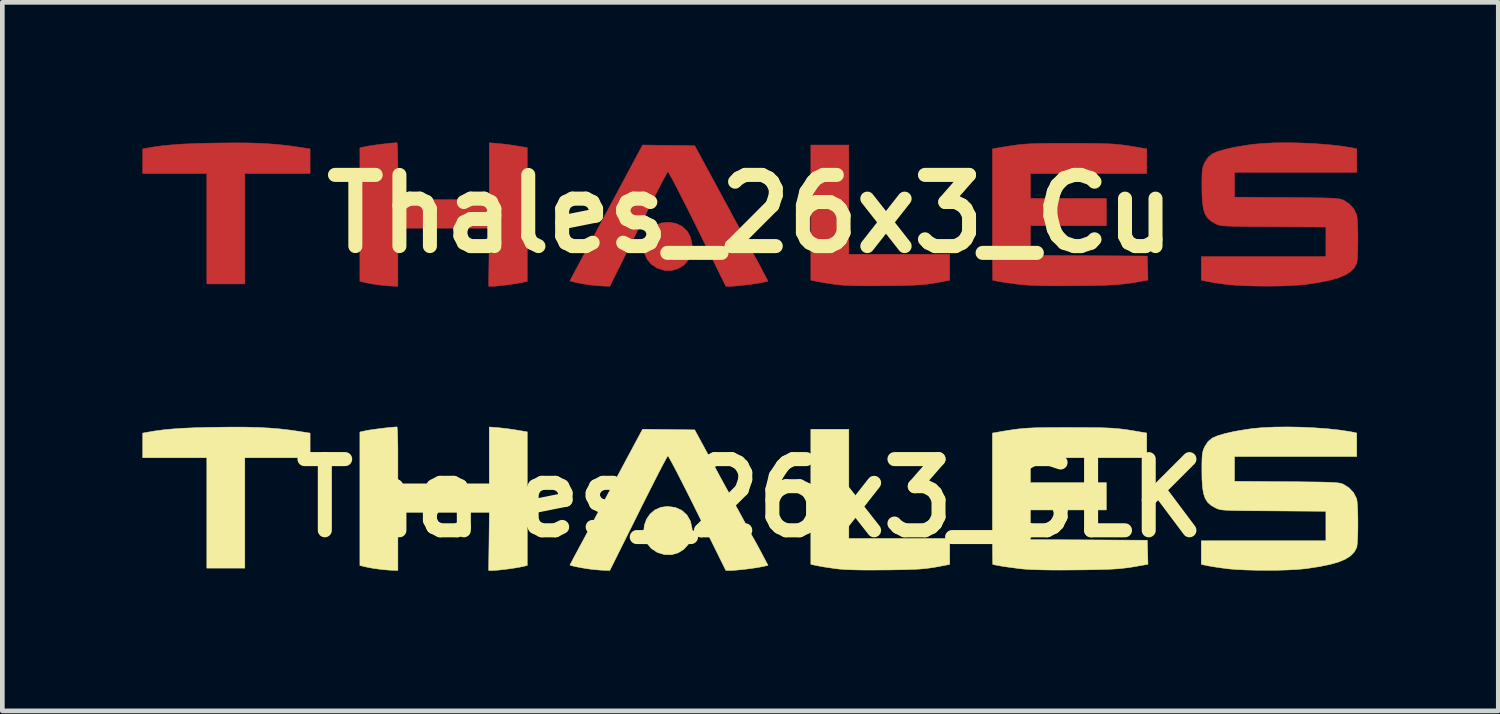
<source format=kicad_pcb>
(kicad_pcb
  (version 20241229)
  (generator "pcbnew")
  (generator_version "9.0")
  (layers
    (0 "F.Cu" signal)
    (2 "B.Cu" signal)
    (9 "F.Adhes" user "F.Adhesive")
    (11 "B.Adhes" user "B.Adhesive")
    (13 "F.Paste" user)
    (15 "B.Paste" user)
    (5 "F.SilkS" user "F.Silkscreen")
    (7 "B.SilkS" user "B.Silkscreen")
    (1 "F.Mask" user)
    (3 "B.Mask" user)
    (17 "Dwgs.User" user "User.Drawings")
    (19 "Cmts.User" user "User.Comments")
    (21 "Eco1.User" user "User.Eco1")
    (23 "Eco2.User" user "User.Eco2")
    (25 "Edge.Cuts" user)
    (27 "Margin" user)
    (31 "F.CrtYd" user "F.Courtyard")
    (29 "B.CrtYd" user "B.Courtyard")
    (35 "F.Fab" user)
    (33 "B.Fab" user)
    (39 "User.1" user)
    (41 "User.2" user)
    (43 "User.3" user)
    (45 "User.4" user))
  (footprint "Thales_26x3_Cu"
    (layer "F.Cu")
    (at 13.01 1.528)
    (property "Reference" "Thales_26x3_Cu" (at 0 0 0) (layer "F.SilkS") (effects (font (size 1.524 1.524) (thickness 0.3))))
    (attr through_hole)
    (fp_poly (pts (xy -10.808 -1.519) (xy -10.538 -1.512) (xy -10.293 -1.499) (xy -10.064 -1.48) (xy -9.841 -1.454) (xy -9.684 -1.431) (xy -9.423 -1.391) (xy -9.423 -0.864) (xy -10.82 -0.864) (xy -10.82 1.499) (xy -11.633 1.499) (xy -11.633 -0.864) (xy -13.005 -0.864) (xy -13.005 -1.391) (xy -12.914 -1.408) (xy -12.742 -1.437) (xy -12.561 -1.461) (xy -12.362 -1.48) (xy -12.139 -1.495) (xy -11.883 -1.506) (xy -11.587 -1.514) (xy -11.455 -1.516) (xy -11.11 -1.52) (xy -10.808 -1.519)) (stroke (width 0.01) (type solid)) (fill yes) (layer "F.Cu"))
    (fp_poly (pts (xy -1.606 0.2) (xy -1.466 0.263) (xy -1.356 0.363) (xy -1.281 0.495) (xy -1.247 0.653) (xy -1.245 0.704) (xy -1.268 0.86) (xy -1.331 0.993) (xy -1.427 1.099) (xy -1.548 1.173) (xy -1.687 1.212) (xy -1.837 1.21) (xy -1.991 1.163) (xy -1.996 1.16) (xy -2.123 1.075) (xy -2.212 0.967) (xy -2.265 0.843) (xy -2.283 0.711) (xy -2.268 0.578) (xy -2.222 0.452) (xy -2.147 0.342) (xy -2.044 0.254) (xy -1.915 0.197) (xy -1.773 0.178) (xy -1.606 0.2)) (stroke (width 0.01) (type solid)) (fill yes) (layer "F.Cu"))
    (fp_poly (pts (xy 2.108 0.864) (xy 4.267 0.864) (xy 4.267 1.419) (xy 4.134 1.445) (xy 4.007 1.47) (xy 3.892 1.489) (xy 3.78 1.504) (xy 3.661 1.516) (xy 3.529 1.524) (xy 3.374 1.53) (xy 3.187 1.534) (xy 2.961 1.538) (xy 2.883 1.538) (xy 2.606 1.54) (xy 2.374 1.539) (xy 2.183 1.535) (xy 2.027 1.529) (xy 1.9 1.519) (xy 1.835 1.511) (xy 1.706 1.493) (xy 1.58 1.474) (xy 1.474 1.455) (xy 1.435 1.448) (xy 1.295 1.419) (xy 1.295 -1.473) (xy 2.108 -1.473) (xy 2.108 0.864)) (stroke (width 0.01) (type solid)) (fill yes) (layer "F.Cu"))
    (fp_poly (pts (xy -7.558 -1.499) (xy -7.553 -1.431) (xy -7.549 -1.327) (xy -7.546 -1.192) (xy -7.544 -1.034) (xy -7.544 -0.914) (xy -7.544 -0.305) (xy -5.588 -0.305) (xy -5.588 -1.522) (xy -5.417 -1.509) (xy -5.309 -1.498) (xy -5.176 -1.482) (xy -5.042 -1.462) (xy -5.01 -1.457) (xy -4.775 -1.418) (xy -4.775 1.443) (xy -4.896 1.47) (xy -4.99 1.488) (xy -5.112 1.507) (xy -5.245 1.525) (xy -5.373 1.539) (xy -5.478 1.548) (xy -5.524 1.549) (xy -5.601 1.549) (xy -5.593 0.927) (xy -5.586 0.305) (xy -7.544 0.305) (xy -7.544 1.549) (xy -7.652 1.546) (xy -7.735 1.541) (xy -7.843 1.532) (xy -7.934 1.522) (xy -8.047 1.507) (xy -8.16 1.488) (xy -8.233 1.472) (xy -8.357 1.443) (xy -8.357 -1.414) (xy -8.223 -1.444) (xy -8.151 -1.457) (xy -8.044 -1.472) (xy -7.918 -1.489) (xy -7.788 -1.504) (xy -7.67 -1.516) (xy -7.58 -1.523) (xy -7.563 -1.523) (xy -7.558 -1.499)) (stroke (width 0.01) (type solid)) (fill yes) (layer "F.Cu"))
    (fp_poly (pts (xy 7.086 -1.51) (xy 7.297 -1.509) (xy 7.473 -1.507) (xy 7.621 -1.502) (xy 7.749 -1.496) (xy 7.865 -1.486) (xy 7.978 -1.474) (xy 8.094 -1.458) (xy 8.221 -1.437) (xy 8.325 -1.419) (xy 8.484 -1.392) (xy 8.484 -0.864) (xy 5.994 -0.864) (xy 5.994 -0.33) (xy 7.62 -0.33) (xy 7.62 0.254) (xy 5.994 0.254) (xy 5.994 0.889) (xy 7.245 0.895) (xy 8.496 0.902) (xy 8.504 1.159) (xy 8.511 1.416) (xy 8.351 1.445) (xy 8.22 1.468) (xy 8.1 1.487) (xy 7.983 1.501) (xy 7.861 1.513) (xy 7.728 1.521) (xy 7.573 1.528) (xy 7.39 1.532) (xy 7.171 1.536) (xy 6.96 1.538) (xy 6.653 1.54) (xy 6.394 1.539) (xy 6.177 1.535) (xy 5.999 1.529) (xy 5.856 1.519) (xy 5.791 1.513) (xy 5.656 1.496) (xy 5.523 1.478) (xy 5.408 1.461) (xy 5.348 1.451) (xy 5.267 1.436) (xy 5.21 1.425) (xy 5.19 1.422) (xy 5.188 1.398) (xy 5.187 1.327) (xy 5.185 1.214) (xy 5.184 1.065) (xy 5.183 0.883) (xy 5.183 0.672) (xy 5.182 0.439) (xy 5.182 0.187) (xy 5.182 0.015) (xy 5.182 -1.392) (xy 5.34 -1.419) (xy 5.481 -1.443) (xy 5.604 -1.462) (xy 5.719 -1.478) (xy 5.831 -1.489) (xy 5.95 -1.498) (xy 6.083 -1.504) (xy 6.238 -1.508) (xy 6.423 -1.51) (xy 6.645 -1.511) (xy 6.833 -1.511) (xy 7.086 -1.51)) (stroke (width 0.01) (type solid)) (fill yes) (layer "F.Cu"))
    (fp_poly (pts (xy -1.748 -1.467) (xy -1.191 -1.46) (xy -1.101 -1.295) (xy -1.041 -1.184) (xy -0.975 -1.063) (xy -0.929 -0.978) (xy -0.878 -0.885) (xy -0.815 -0.768) (xy -0.749 -0.645) (xy -0.723 -0.597) (xy -0.657 -0.474) (xy -0.587 -0.345) (xy -0.524 -0.23) (xy -0.504 -0.195) (xy -0.458 -0.112) (xy -0.424 -0.048) (xy -0.407 -0.015) (xy -0.406 -0.013) (xy -0.395 0.012) (xy -0.364 0.069) (xy -0.321 0.148) (xy -0.309 0.169) (xy -0.254 0.268) (xy -0.186 0.393) (xy -0.115 0.524) (xy -0.077 0.597) (xy -0.021 0.701) (xy 0.027 0.789) (xy 0.061 0.851) (xy 0.076 0.876) (xy 0.094 0.908) (xy 0.131 0.974) (xy 0.181 1.066) (xy 0.237 1.171) (xy 0.379 1.44) (xy 0.247 1.469) (xy 0.145 1.488) (xy 0.013 1.507) (xy -0.13 1.525) (xy -0.267 1.539) (xy -0.382 1.548) (xy -0.434 1.549) (xy -0.524 1.549) (xy -1.132 0.318) (xy -1.247 0.086) (xy -1.356 -0.131) (xy -1.457 -0.33) (xy -1.547 -0.506) (xy -1.624 -0.655) (xy -1.687 -0.773) (xy -1.733 -0.856) (xy -1.759 -0.9) (xy -1.765 -0.905) (xy -1.781 -0.882) (xy -1.817 -0.817) (xy -1.872 -0.715) (xy -1.942 -0.58) (xy -2.026 -0.416) (xy -2.122 -0.227) (xy -2.227 -0.019) (xy -2.34 0.206) (xy -2.399 0.326) (xy -3.008 1.549) (xy -3.123 1.546) (xy -3.212 1.541) (xy -3.324 1.532) (xy -3.408 1.523) (xy -3.502 1.51) (xy -3.605 1.493) (xy -3.704 1.474) (xy -3.788 1.456) (xy -3.844 1.441) (xy -3.861 1.433) (xy -3.849 1.409) (xy -3.818 1.349) (xy -3.772 1.261) (xy -3.714 1.154) (xy -3.699 1.126) (xy -3.65 1.035) (xy -3.581 0.907) (xy -3.496 0.748) (xy -3.398 0.565) (xy -3.291 0.365) (xy -3.179 0.155) (xy -3.065 -0.058) (xy -3.048 -0.089) (xy -2.936 -0.298) (xy -2.827 -0.502) (xy -2.724 -0.695) (xy -2.63 -0.871) (xy -2.549 -1.022) (xy -2.484 -1.143) (xy -2.439 -1.227) (xy -2.433 -1.239) (xy -2.306 -1.474) (xy -1.748 -1.467)) (stroke (width 0.01) (type solid)) (fill yes) (layer "F.Cu"))
    (fp_poly (pts (xy 11.782 -1.518) (xy 12.074 -1.504) (xy 12.355 -1.484) (xy 12.613 -1.456) (xy 12.838 -1.422) (xy 12.91 -1.408) (xy 12.979 -1.393) (xy 12.979 -0.889) (xy 10.363 -0.889) (xy 10.363 -0.359) (xy 11.474 -0.351) (xy 11.744 -0.349) (xy 11.967 -0.346) (xy 12.149 -0.344) (xy 12.295 -0.341) (xy 12.41 -0.337) (xy 12.498 -0.333) (xy 12.564 -0.327) (xy 12.614 -0.32) (xy 12.652 -0.311) (xy 12.683 -0.3) (xy 12.693 -0.296) (xy 12.814 -0.22) (xy 12.912 -0.115) (xy 12.974 0.006) (xy 12.978 0.018) (xy 12.988 0.081) (xy 12.996 0.182) (xy 13.001 0.31) (xy 13.004 0.455) (xy 13.004 0.605) (xy 13.002 0.75) (xy 12.997 0.879) (xy 12.99 0.982) (xy 12.981 1.048) (xy 12.978 1.059) (xy 12.927 1.154) (xy 12.847 1.236) (xy 12.736 1.307) (xy 12.589 1.368) (xy 12.403 1.421) (xy 12.174 1.467) (xy 11.899 1.509) (xy 11.88 1.511) (xy 11.72 1.526) (xy 11.523 1.537) (xy 11.299 1.544) (xy 11.062 1.546) (xy 10.823 1.544) (xy 10.595 1.538) (xy 10.391 1.528) (xy 10.222 1.513) (xy 10.21 1.511) (xy 10.079 1.494) (xy 9.95 1.475) (xy 9.841 1.457) (xy 9.797 1.449) (xy 9.652 1.419) (xy 9.652 0.914) (xy 12.319 0.914) (xy 12.319 0.282) (xy 11.195 0.274) (xy 10.927 0.272) (xy 10.705 0.271) (xy 10.524 0.269) (xy 10.378 0.266) (xy 10.265 0.263) (xy 10.177 0.259) (xy 10.111 0.254) (xy 10.062 0.247) (xy 10.024 0.238) (xy 9.994 0.227) (xy 9.965 0.214) (xy 9.951 0.207) (xy 9.859 0.154) (xy 9.788 0.09) (xy 9.736 0.008) (xy 9.7 -0.097) (xy 9.678 -0.233) (xy 9.667 -0.408) (xy 9.665 -0.584) (xy 9.665 -0.736) (xy 9.668 -0.847) (xy 9.673 -0.928) (xy 9.683 -0.988) (xy 9.698 -1.038) (xy 9.72 -1.088) (xy 9.728 -1.105) (xy 9.8 -1.214) (xy 9.892 -1.287) (xy 9.893 -1.288) (xy 10 -1.334) (xy 10.152 -1.379) (xy 10.343 -1.423) (xy 10.568 -1.462) (xy 10.744 -1.488) (xy 10.961 -1.508) (xy 11.213 -1.52) (xy 11.491 -1.523) (xy 11.782 -1.518)) (stroke (width 0.01) (type solid)) (fill yes) (layer "F.Cu")))
  (footprint "Thales_26x3_SLK"
    (layer "F.Cu")
    (at 13.01 7.611)
    (property "Reference" "Thales_26x3_SLK" (at 0 0 0) (layer "F.SilkS") (effects (font (size 1.524 1.524) (thickness 0.3))))
    (attr through_hole)
    (fp_poly (pts (xy -10.808 -1.519) (xy -10.538 -1.512) (xy -10.293 -1.499) (xy -10.064 -1.48) (xy -9.841 -1.454) (xy -9.684 -1.431) (xy -9.423 -1.391) (xy -9.423 -0.864) (xy -10.82 -0.864) (xy -10.82 1.499) (xy -11.633 1.499) (xy -11.633 -0.864) (xy -13.005 -0.864) (xy -13.005 -1.391) (xy -12.914 -1.408) (xy -12.742 -1.437) (xy -12.561 -1.461) (xy -12.362 -1.48) (xy -12.139 -1.495) (xy -11.883 -1.506) (xy -11.587 -1.514) (xy -11.455 -1.516) (xy -11.11 -1.52) (xy -10.808 -1.519)) (stroke (width 0.01) (type solid)) (fill yes) (layer "F.SilkS"))
    (fp_poly (pts (xy -1.606 0.2) (xy -1.466 0.263) (xy -1.356 0.363) (xy -1.281 0.495) (xy -1.247 0.653) (xy -1.245 0.704) (xy -1.268 0.86) (xy -1.331 0.993) (xy -1.427 1.099) (xy -1.548 1.173) (xy -1.687 1.212) (xy -1.837 1.21) (xy -1.991 1.163) (xy -1.996 1.16) (xy -2.123 1.075) (xy -2.212 0.967) (xy -2.265 0.843) (xy -2.283 0.711) (xy -2.268 0.578) (xy -2.222 0.452) (xy -2.147 0.342) (xy -2.044 0.254) (xy -1.915 0.197) (xy -1.773 0.178) (xy -1.606 0.2)) (stroke (width 0.01) (type solid)) (fill yes) (layer "F.SilkS"))
    (fp_poly (pts (xy 2.108 0.864) (xy 4.267 0.864) (xy 4.267 1.419) (xy 4.134 1.445) (xy 4.007 1.47) (xy 3.892 1.489) (xy 3.78 1.504) (xy 3.661 1.516) (xy 3.529 1.524) (xy 3.374 1.53) (xy 3.187 1.534) (xy 2.961 1.538) (xy 2.883 1.538) (xy 2.606 1.54) (xy 2.374 1.539) (xy 2.183 1.535) (xy 2.027 1.529) (xy 1.9 1.519) (xy 1.835 1.511) (xy 1.706 1.493) (xy 1.58 1.474) (xy 1.474 1.455) (xy 1.435 1.448) (xy 1.295 1.419) (xy 1.295 -1.473) (xy 2.108 -1.473) (xy 2.108 0.864)) (stroke (width 0.01) (type solid)) (fill yes) (layer "F.SilkS"))
    (fp_poly (pts (xy -7.558 -1.499) (xy -7.553 -1.431) (xy -7.549 -1.327) (xy -7.546 -1.192) (xy -7.544 -1.034) (xy -7.544 -0.914) (xy -7.544 -0.305) (xy -5.588 -0.305) (xy -5.588 -1.522) (xy -5.417 -1.509) (xy -5.309 -1.498) (xy -5.176 -1.482) (xy -5.042 -1.462) (xy -5.01 -1.457) (xy -4.775 -1.418) (xy -4.775 1.443) (xy -4.896 1.47) (xy -4.99 1.488) (xy -5.112 1.507) (xy -5.245 1.525) (xy -5.373 1.539) (xy -5.478 1.548) (xy -5.524 1.549) (xy -5.601 1.549) (xy -5.593 0.927) (xy -5.586 0.305) (xy -7.544 0.305) (xy -7.544 1.549) (xy -7.652 1.546) (xy -7.735 1.541) (xy -7.843 1.532) (xy -7.934 1.522) (xy -8.047 1.507) (xy -8.16 1.488) (xy -8.233 1.472) (xy -8.357 1.443) (xy -8.357 -1.414) (xy -8.223 -1.444) (xy -8.151 -1.457) (xy -8.044 -1.472) (xy -7.918 -1.489) (xy -7.788 -1.504) (xy -7.67 -1.516) (xy -7.58 -1.523) (xy -7.563 -1.523) (xy -7.558 -1.499)) (stroke (width 0.01) (type solid)) (fill yes) (layer "F.SilkS"))
    (fp_poly (pts (xy 7.086 -1.51) (xy 7.297 -1.509) (xy 7.473 -1.507) (xy 7.621 -1.502) (xy 7.749 -1.496) (xy 7.865 -1.486) (xy 7.978 -1.474) (xy 8.094 -1.458) (xy 8.221 -1.437) (xy 8.325 -1.419) (xy 8.484 -1.392) (xy 8.484 -0.864) (xy 5.994 -0.864) (xy 5.994 -0.33) (xy 7.62 -0.33) (xy 7.62 0.254) (xy 5.994 0.254) (xy 5.994 0.889) (xy 7.245 0.895) (xy 8.496 0.902) (xy 8.504 1.159) (xy 8.511 1.416) (xy 8.351 1.445) (xy 8.22 1.468) (xy 8.1 1.487) (xy 7.983 1.501) (xy 7.861 1.513) (xy 7.728 1.521) (xy 7.573 1.528) (xy 7.39 1.532) (xy 7.171 1.536) (xy 6.96 1.538) (xy 6.653 1.54) (xy 6.394 1.539) (xy 6.177 1.535) (xy 5.999 1.529) (xy 5.856 1.519) (xy 5.791 1.513) (xy 5.656 1.496) (xy 5.523 1.478) (xy 5.408 1.461) (xy 5.348 1.451) (xy 5.267 1.436) (xy 5.21 1.425) (xy 5.19 1.422) (xy 5.188 1.398) (xy 5.187 1.327) (xy 5.185 1.214) (xy 5.184 1.065) (xy 5.183 0.883) (xy 5.183 0.672) (xy 5.182 0.439) (xy 5.182 0.187) (xy 5.182 0.015) (xy 5.182 -1.392) (xy 5.34 -1.419) (xy 5.481 -1.443) (xy 5.604 -1.462) (xy 5.719 -1.478) (xy 5.831 -1.489) (xy 5.95 -1.498) (xy 6.083 -1.504) (xy 6.238 -1.508) (xy 6.423 -1.51) (xy 6.645 -1.511) (xy 6.833 -1.511) (xy 7.086 -1.51)) (stroke (width 0.01) (type solid)) (fill yes) (layer "F.SilkS"))
    (fp_poly (pts (xy -1.748 -1.467) (xy -1.191 -1.46) (xy -1.101 -1.295) (xy -1.041 -1.184) (xy -0.975 -1.063) (xy -0.929 -0.978) (xy -0.878 -0.885) (xy -0.815 -0.768) (xy -0.749 -0.645) (xy -0.723 -0.597) (xy -0.657 -0.474) (xy -0.587 -0.345) (xy -0.524 -0.23) (xy -0.504 -0.195) (xy -0.458 -0.112) (xy -0.424 -0.048) (xy -0.407 -0.015) (xy -0.406 -0.013) (xy -0.395 0.012) (xy -0.364 0.069) (xy -0.321 0.148) (xy -0.309 0.169) (xy -0.254 0.268) (xy -0.186 0.393) (xy -0.115 0.524) (xy -0.077 0.597) (xy -0.021 0.701) (xy 0.027 0.789) (xy 0.061 0.851) (xy 0.076 0.876) (xy 0.094 0.908) (xy 0.131 0.974) (xy 0.181 1.066) (xy 0.237 1.171) (xy 0.379 1.44) (xy 0.247 1.469) (xy 0.145 1.488) (xy 0.013 1.507) (xy -0.13 1.525) (xy -0.267 1.539) (xy -0.382 1.548) (xy -0.434 1.549) (xy -0.524 1.549) (xy -1.132 0.318) (xy -1.247 0.086) (xy -1.356 -0.131) (xy -1.457 -0.33) (xy -1.547 -0.506) (xy -1.624 -0.655) (xy -1.687 -0.773) (xy -1.733 -0.856) (xy -1.759 -0.9) (xy -1.765 -0.905) (xy -1.781 -0.882) (xy -1.817 -0.817) (xy -1.872 -0.715) (xy -1.942 -0.58) (xy -2.026 -0.416) (xy -2.122 -0.227) (xy -2.227 -0.019) (xy -2.34 0.206) (xy -2.399 0.326) (xy -3.008 1.549) (xy -3.123 1.546) (xy -3.212 1.541) (xy -3.324 1.532) (xy -3.408 1.523) (xy -3.502 1.51) (xy -3.605 1.493) (xy -3.704 1.474) (xy -3.788 1.456) (xy -3.844 1.441) (xy -3.861 1.433) (xy -3.849 1.409) (xy -3.818 1.349) (xy -3.772 1.261) (xy -3.714 1.154) (xy -3.699 1.126) (xy -3.65 1.035) (xy -3.581 0.907) (xy -3.496 0.748) (xy -3.398 0.565) (xy -3.291 0.365) (xy -3.179 0.155) (xy -3.065 -0.058) (xy -3.048 -0.089) (xy -2.936 -0.298) (xy -2.827 -0.502) (xy -2.724 -0.695) (xy -2.63 -0.871) (xy -2.549 -1.022) (xy -2.484 -1.143) (xy -2.439 -1.227) (xy -2.433 -1.239) (xy -2.306 -1.474) (xy -1.748 -1.467)) (stroke (width 0.01) (type solid)) (fill yes) (layer "F.SilkS"))
    (fp_poly (pts (xy 11.782 -1.518) (xy 12.074 -1.504) (xy 12.355 -1.484) (xy 12.613 -1.456) (xy 12.838 -1.422) (xy 12.91 -1.408) (xy 12.979 -1.393) (xy 12.979 -0.889) (xy 10.363 -0.889) (xy 10.363 -0.359) (xy 11.474 -0.351) (xy 11.744 -0.349) (xy 11.967 -0.346) (xy 12.149 -0.344) (xy 12.295 -0.341) (xy 12.41 -0.337) (xy 12.498 -0.333) (xy 12.564 -0.327) (xy 12.614 -0.32) (xy 12.652 -0.311) (xy 12.683 -0.3) (xy 12.693 -0.296) (xy 12.814 -0.22) (xy 12.912 -0.115) (xy 12.974 0.006) (xy 12.978 0.018) (xy 12.988 0.081) (xy 12.996 0.182) (xy 13.001 0.31) (xy 13.004 0.455) (xy 13.004 0.605) (xy 13.002 0.75) (xy 12.997 0.879) (xy 12.99 0.982) (xy 12.981 1.048) (xy 12.978 1.059) (xy 12.927 1.154) (xy 12.847 1.236) (xy 12.736 1.307) (xy 12.589 1.368) (xy 12.403 1.421) (xy 12.174 1.467) (xy 11.899 1.509) (xy 11.88 1.511) (xy 11.72 1.526) (xy 11.523 1.537) (xy 11.299 1.544) (xy 11.062 1.546) (xy 10.823 1.544) (xy 10.595 1.538) (xy 10.391 1.528) (xy 10.222 1.513) (xy 10.21 1.511) (xy 10.079 1.494) (xy 9.95 1.475) (xy 9.841 1.457) (xy 9.797 1.449) (xy 9.652 1.419) (xy 9.652 0.914) (xy 12.319 0.914) (xy 12.319 0.282) (xy 11.195 0.274) (xy 10.927 0.272) (xy 10.705 0.271) (xy 10.524 0.269) (xy 10.378 0.266) (xy 10.265 0.263) (xy 10.177 0.259) (xy 10.111 0.254) (xy 10.062 0.247) (xy 10.024 0.238) (xy 9.994 0.227) (xy 9.965 0.214) (xy 9.951 0.207) (xy 9.859 0.154) (xy 9.788 0.09) (xy 9.736 0.008) (xy 9.7 -0.097) (xy 9.678 -0.233) (xy 9.667 -0.408) (xy 9.665 -0.584) (xy 9.665 -0.736) (xy 9.668 -0.847) (xy 9.673 -0.928) (xy 9.683 -0.988) (xy 9.698 -1.038) (xy 9.72 -1.088) (xy 9.728 -1.105) (xy 9.8 -1.214) (xy 9.892 -1.287) (xy 9.893 -1.288) (xy 10 -1.334) (xy 10.152 -1.379) (xy 10.343 -1.423) (xy 10.568 -1.462) (xy 10.744 -1.488) (xy 10.961 -1.508) (xy 11.213 -1.52) (xy 11.491 -1.523) (xy 11.782 -1.518)) (stroke (width 0.01) (type solid)) (fill yes) (layer "F.SilkS")))
  (gr_rect
    (start -3 -3)
    (end 29.019 12.166)
    (stroke (width 0.1) (type default))
    (fill no)
    (layer "Edge.Cuts")))
</source>
